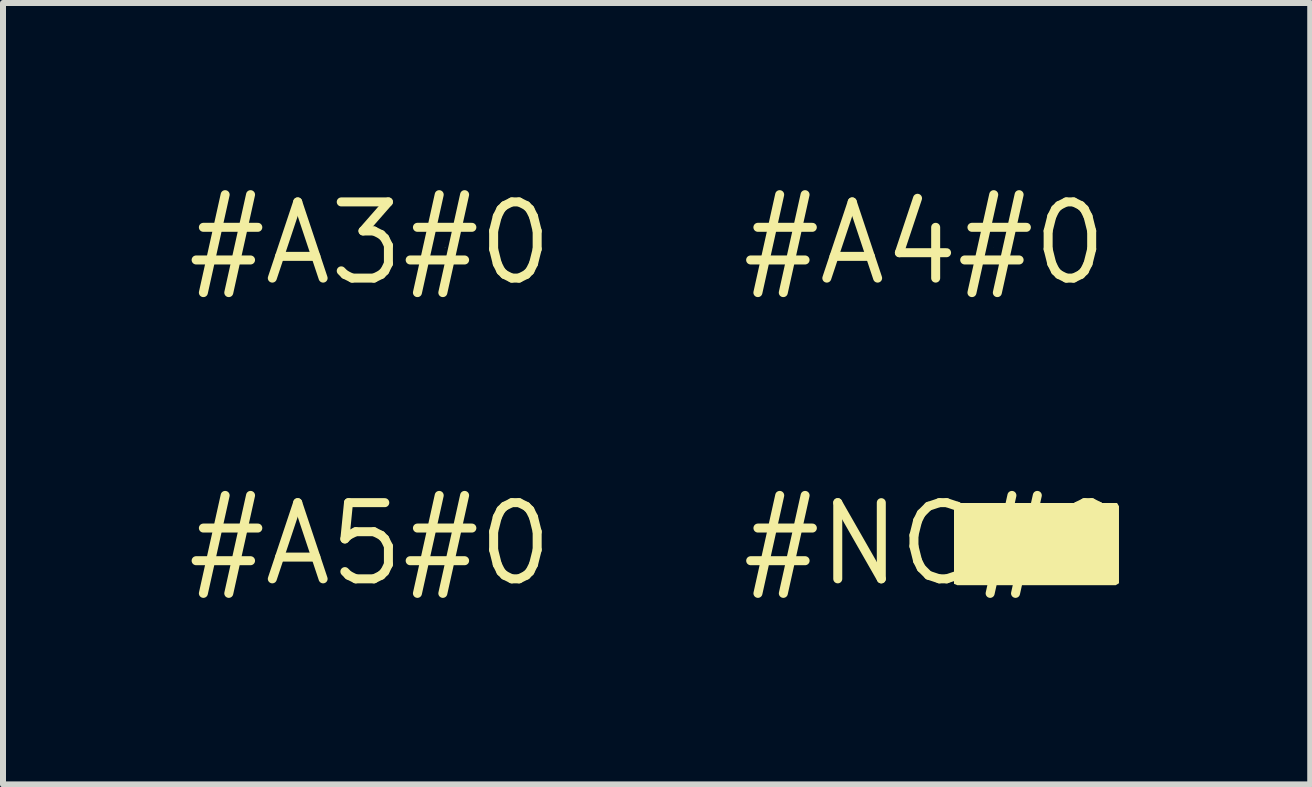
<source format=kicad_pcb>
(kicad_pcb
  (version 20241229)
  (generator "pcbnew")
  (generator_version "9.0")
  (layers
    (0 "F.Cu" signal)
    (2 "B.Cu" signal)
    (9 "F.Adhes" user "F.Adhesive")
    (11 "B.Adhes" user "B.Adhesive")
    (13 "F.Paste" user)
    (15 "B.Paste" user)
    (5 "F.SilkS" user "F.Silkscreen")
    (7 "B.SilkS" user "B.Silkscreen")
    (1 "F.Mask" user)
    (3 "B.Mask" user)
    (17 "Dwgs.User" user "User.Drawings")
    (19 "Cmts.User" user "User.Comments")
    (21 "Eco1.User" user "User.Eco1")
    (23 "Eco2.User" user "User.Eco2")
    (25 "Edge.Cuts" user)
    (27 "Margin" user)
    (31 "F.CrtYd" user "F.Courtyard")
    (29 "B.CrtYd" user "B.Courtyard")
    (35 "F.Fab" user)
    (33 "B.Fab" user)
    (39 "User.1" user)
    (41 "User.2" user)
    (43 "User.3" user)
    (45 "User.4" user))
  (footprint "#A5#0"
    (layer "F.Cu")
    (at 3.122 6.019)
    (property "Reference" "#A5#0" (at 0 0 0) (layer "F.SilkS") (effects (font (size 1.27 1.27) (thickness 0.15))))
    (fp_poly (pts (xy 1.142 0.066) (xy 1.14 0.07) (xy 1.14 0.065) (xy 1.141 0.065)) (stroke (width 0) (type default)) (fill yes) (layer "F.SilkS")))
  (footprint "#NC#0"
    (layer "F.Cu")
    (at 12.517 6.019)
    (property "Reference" "#NC#0" (at 0 0 0) (layer "F.SilkS") (effects (font (size 1.27 1.27) (thickness 0.15))))
    (fp_poly (pts (xy 3.053 -0.685) (xy 3.085 -0.631) (xy 3.085 0.653) (xy 3.031 0.685) (xy 0.389 0.685) (xy 0.335 0.663) (xy 0.335 -0.631) (xy 0.357 -0.685)) (stroke (width 0) (type default)) (fill yes) (layer "F.SilkS")))
  (footprint "#A3#0"
    (layer "F.Cu")
    (at 3.122 1.006)
    (property "Reference" "#A3#0" (at 0 0 0) (layer "F.SilkS") (effects (font (size 1.27 1.27) (thickness 0.15))))
    (fp_poly (pts (xy 1.25 0.07) (xy 1.245 0.072) (xy 1.243 0.065) (xy 1.25 0.065)) (stroke (width 0) (type default)) (fill yes) (layer "F.SilkS")))
  (footprint "#A4#0"
    (layer "F.Cu")
    (at 12.365 1.006)
    (property "Reference" "#A4#0" (at 0 0 0) (layer "F.SilkS") (effects (font (size 1.27 1.27) (thickness 0.15))))
    (fp_poly (pts (xy 1.151 0.065) (xy 1.15 0.07) (xy 1.15 0.065) (xy 1.15 0.065)) (stroke (width 0) (type default)) (fill yes) (layer "F.SilkS")))
  (gr_rect
    (start -3 -3)
    (end 18.79 10.025)
    (stroke (width 0.1) (type default))
    (fill no)
    (layer "Edge.Cuts")))
</source>
